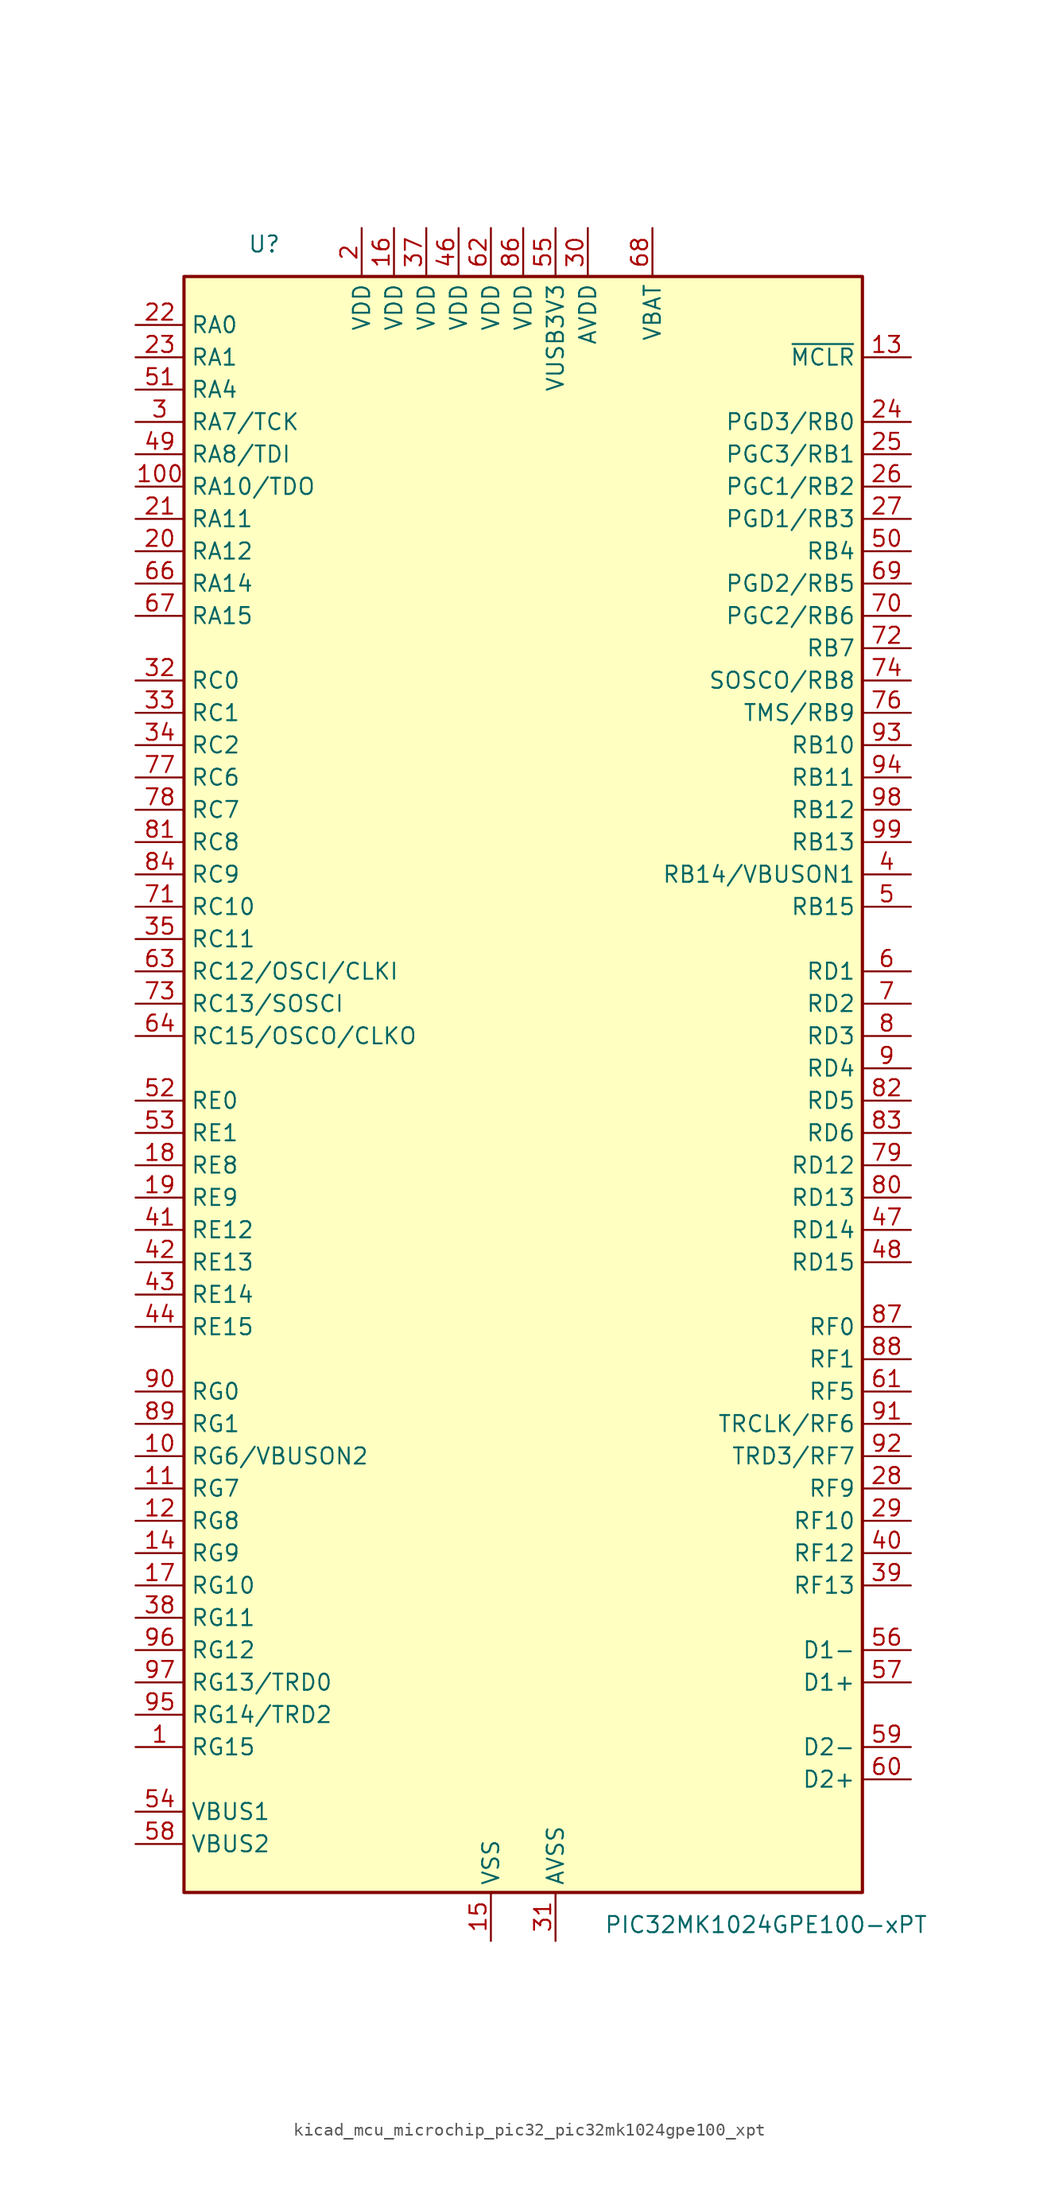
<source format=kicad_sym>
(kicad_symbol_lib
  (version 20220914)
  (generator kicad_symbol_editor)
  (symbol "kicad_mcu_microchip_pic32_pic32mk1024gpe100_xpt"
    (property "Reference" "U"
      (at -19.05 64.77 0)
      (effects (font (size 1.27 1.27)) (justify right)))
    (property "Value" "PIC32MK1024GPE100-xPT"
      (at 6.35 -67.31 0)
      (effects (font (size 1.27 1.27)) (justify left)))
    (symbol "kicad_mcu_microchip_pic32_pic32mk1024gpe100_xpt_0_1"
      (rectangle (start -26.67 62.23) (end 26.67 -64.77) (stroke (width 0.254) (type default)) (fill (type background))))
    (symbol "kicad_mcu_microchip_pic32_pic32mk1024gpe100_xpt_1_1"
      (pin bidirectional line (at -30.48 -53.34 0) (length 3.81) (name "RG15" (effects (font (size 1.27 1.27)))) (number "1" (effects (font (size 1.27 1.27)))))
      (pin bidirectional line (at -30.48 -30.48 0) (length 3.81) (name "RG6/VBUSON2" (effects (font (size 1.27 1.27)))) (number "10" (effects (font (size 1.27 1.27)))))
      (pin bidirectional line (at -30.48 45.72 0) (length 3.81) (name "RA10/TDO" (effects (font (size 1.27 1.27)))) (number "100" (effects (font (size 1.27 1.27)))))
      (pin bidirectional line (at -30.48 -33.02 0) (length 3.81) (name "RG7" (effects (font (size 1.27 1.27)))) (number "11" (effects (font (size 1.27 1.27)))))
      (pin bidirectional line (at -30.48 -35.56 0) (length 3.81) (name "RG8" (effects (font (size 1.27 1.27)))) (number "12" (effects (font (size 1.27 1.27)))))
      (pin input line (at 30.48 55.88 180) (length 3.81) (name "~{MCLR}" (effects (font (size 1.27 1.27)))) (number "13" (effects (font (size 1.27 1.27)))))
      (pin bidirectional line (at -30.48 -38.1 0) (length 3.81) (name "RG9" (effects (font (size 1.27 1.27)))) (number "14" (effects (font (size 1.27 1.27)))))
      (pin power_in line (at -2.54 -68.58 90) (length 3.81) (name "VSS" (effects (font (size 1.27 1.27)))) (number "15" (effects (font (size 1.27 1.27)))))
      (pin power_in line (at -10.16 66.04 270) (length 3.81) (name "VDD" (effects (font (size 1.27 1.27)))) (number "16" (effects (font (size 1.27 1.27)))))
      (pin bidirectional line (at -30.48 -40.64 0) (length 3.81) (name "RG10" (effects (font (size 1.27 1.27)))) (number "17" (effects (font (size 1.27 1.27)))))
      (pin bidirectional line (at -30.48 -7.62 0) (length 3.81) (name "RE8" (effects (font (size 1.27 1.27)))) (number "18" (effects (font (size 1.27 1.27)))))
      (pin bidirectional line (at -30.48 -10.16 0) (length 3.81) (name "RE9" (effects (font (size 1.27 1.27)))) (number "19" (effects (font (size 1.27 1.27)))))
      (pin power_in line (at -12.7 66.04 270) (length 3.81) (name "VDD" (effects (font (size 1.27 1.27)))) (number "2" (effects (font (size 1.27 1.27)))))
      (pin bidirectional line (at -30.48 40.64 0) (length 3.81) (name "RA12" (effects (font (size 1.27 1.27)))) (number "20" (effects (font (size 1.27 1.27)))))
      (pin bidirectional line (at -30.48 43.18 0) (length 3.81) (name "RA11" (effects (font (size 1.27 1.27)))) (number "21" (effects (font (size 1.27 1.27)))))
      (pin bidirectional line (at -30.48 58.42 0) (length 3.81) (name "RA0" (effects (font (size 1.27 1.27)))) (number "22" (effects (font (size 1.27 1.27)))))
      (pin bidirectional line (at -30.48 55.88 0) (length 3.81) (name "RA1" (effects (font (size 1.27 1.27)))) (number "23" (effects (font (size 1.27 1.27)))))
      (pin bidirectional line (at 30.48 50.8 180) (length 3.81) (name "PGD3/RB0" (effects (font (size 1.27 1.27)))) (number "24" (effects (font (size 1.27 1.27)))))
      (pin bidirectional line (at 30.48 48.26 180) (length 3.81) (name "PGC3/RB1" (effects (font (size 1.27 1.27)))) (number "25" (effects (font (size 1.27 1.27)))))
      (pin bidirectional line (at 30.48 45.72 180) (length 3.81) (name "PGC1/RB2" (effects (font (size 1.27 1.27)))) (number "26" (effects (font (size 1.27 1.27)))))
      (pin bidirectional line (at 30.48 43.18 180) (length 3.81) (name "PGD1/RB3" (effects (font (size 1.27 1.27)))) (number "27" (effects (font (size 1.27 1.27)))))
      (pin bidirectional line (at 30.48 -33.02 180) (length 3.81) (name "RF9" (effects (font (size 1.27 1.27)))) (number "28" (effects (font (size 1.27 1.27)))))
      (pin bidirectional line (at 30.48 -35.56 180) (length 3.81) (name "RF10" (effects (font (size 1.27 1.27)))) (number "29" (effects (font (size 1.27 1.27)))))
      (pin bidirectional line (at -30.48 50.8 0) (length 3.81) (name "RA7/TCK" (effects (font (size 1.27 1.27)))) (number "3" (effects (font (size 1.27 1.27)))))
      (pin power_in line (at 5.08 66.04 270) (length 3.81) (name "AVDD" (effects (font (size 1.27 1.27)))) (number "30" (effects (font (size 1.27 1.27)))))
      (pin power_in line (at 2.54 -68.58 90) (length 3.81) (name "AVSS" (effects (font (size 1.27 1.27)))) (number "31" (effects (font (size 1.27 1.27)))))
      (pin bidirectional line (at -30.48 30.48 0) (length 3.81) (name "RC0" (effects (font (size 1.27 1.27)))) (number "32" (effects (font (size 1.27 1.27)))))
      (pin bidirectional line (at -30.48 27.94 0) (length 3.81) (name "RC1" (effects (font (size 1.27 1.27)))) (number "33" (effects (font (size 1.27 1.27)))))
      (pin bidirectional line (at -30.48 25.4 0) (length 3.81) (name "RC2" (effects (font (size 1.27 1.27)))) (number "34" (effects (font (size 1.27 1.27)))))
      (pin bidirectional line (at -30.48 10.16 0) (length 3.81) (name "RC11" (effects (font (size 1.27 1.27)))) (number "35" (effects (font (size 1.27 1.27)))))
      (pin passive line (at -2.54 -68.58 90) (length 3.81) hide (name "VSS" (effects (font (size 1.27 1.27)))) (number "36" (effects (font (size 1.27 1.27)))))
      (pin power_in line (at -7.62 66.04 270) (length 3.81) (name "VDD" (effects (font (size 1.27 1.27)))) (number "37" (effects (font (size 1.27 1.27)))))
      (pin bidirectional line (at -30.48 -43.18 0) (length 3.81) (name "RG11" (effects (font (size 1.27 1.27)))) (number "38" (effects (font (size 1.27 1.27)))))
      (pin bidirectional line (at 30.48 -40.64 180) (length 3.81) (name "RF13" (effects (font (size 1.27 1.27)))) (number "39" (effects (font (size 1.27 1.27)))))
      (pin bidirectional line (at 30.48 15.24 180) (length 3.81) (name "RB14/VBUSON1" (effects (font (size 1.27 1.27)))) (number "4" (effects (font (size 1.27 1.27)))))
      (pin bidirectional line (at 30.48 -38.1 180) (length 3.81) (name "RF12" (effects (font (size 1.27 1.27)))) (number "40" (effects (font (size 1.27 1.27)))))
      (pin bidirectional line (at -30.48 -12.7 0) (length 3.81) (name "RE12" (effects (font (size 1.27 1.27)))) (number "41" (effects (font (size 1.27 1.27)))))
      (pin bidirectional line (at -30.48 -15.24 0) (length 3.81) (name "RE13" (effects (font (size 1.27 1.27)))) (number "42" (effects (font (size 1.27 1.27)))))
      (pin bidirectional line (at -30.48 -17.78 0) (length 3.81) (name "RE14" (effects (font (size 1.27 1.27)))) (number "43" (effects (font (size 1.27 1.27)))))
      (pin bidirectional line (at -30.48 -20.32 0) (length 3.81) (name "RE15" (effects (font (size 1.27 1.27)))) (number "44" (effects (font (size 1.27 1.27)))))
      (pin passive line (at -2.54 -68.58 90) (length 3.81) hide (name "VSS" (effects (font (size 1.27 1.27)))) (number "45" (effects (font (size 1.27 1.27)))))
      (pin power_in line (at -5.08 66.04 270) (length 3.81) (name "VDD" (effects (font (size 1.27 1.27)))) (number "46" (effects (font (size 1.27 1.27)))))
      (pin bidirectional line (at 30.48 -12.7 180) (length 3.81) (name "RD14" (effects (font (size 1.27 1.27)))) (number "47" (effects (font (size 1.27 1.27)))))
      (pin bidirectional line (at 30.48 -15.24 180) (length 3.81) (name "RD15" (effects (font (size 1.27 1.27)))) (number "48" (effects (font (size 1.27 1.27)))))
      (pin bidirectional line (at -30.48 48.26 0) (length 3.81) (name "RA8/TDI" (effects (font (size 1.27 1.27)))) (number "49" (effects (font (size 1.27 1.27)))))
      (pin bidirectional line (at 30.48 12.7 180) (length 3.81) (name "RB15" (effects (font (size 1.27 1.27)))) (number "5" (effects (font (size 1.27 1.27)))))
      (pin bidirectional line (at 30.48 40.64 180) (length 3.81) (name "RB4" (effects (font (size 1.27 1.27)))) (number "50" (effects (font (size 1.27 1.27)))))
      (pin bidirectional line (at -30.48 53.34 0) (length 3.81) (name "RA4" (effects (font (size 1.27 1.27)))) (number "51" (effects (font (size 1.27 1.27)))))
      (pin bidirectional line (at -30.48 -2.54 0) (length 3.81) (name "RE0" (effects (font (size 1.27 1.27)))) (number "52" (effects (font (size 1.27 1.27)))))
      (pin bidirectional line (at -30.48 -5.08 0) (length 3.81) (name "RE1" (effects (font (size 1.27 1.27)))) (number "53" (effects (font (size 1.27 1.27)))))
      (pin input line (at -30.48 -58.42 0) (length 3.81) (name "VBUS1" (effects (font (size 1.27 1.27)))) (number "54" (effects (font (size 1.27 1.27)))))
      (pin power_in line (at 2.54 66.04 270) (length 3.81) (name "VUSB3V3" (effects (font (size 1.27 1.27)))) (number "55" (effects (font (size 1.27 1.27)))))
      (pin bidirectional line (at 30.48 -45.72 180) (length 3.81) (name "D1-" (effects (font (size 1.27 1.27)))) (number "56" (effects (font (size 1.27 1.27)))))
      (pin bidirectional line (at 30.48 -48.26 180) (length 3.81) (name "D1+" (effects (font (size 1.27 1.27)))) (number "57" (effects (font (size 1.27 1.27)))))
      (pin input line (at -30.48 -60.96 0) (length 3.81) (name "VBUS2" (effects (font (size 1.27 1.27)))) (number "58" (effects (font (size 1.27 1.27)))))
      (pin bidirectional line (at 30.48 -53.34 180) (length 3.81) (name "D2-" (effects (font (size 1.27 1.27)))) (number "59" (effects (font (size 1.27 1.27)))))
      (pin bidirectional line (at 30.48 7.62 180) (length 3.81) (name "RD1" (effects (font (size 1.27 1.27)))) (number "6" (effects (font (size 1.27 1.27)))))
      (pin bidirectional line (at 30.48 -55.88 180) (length 3.81) (name "D2+" (effects (font (size 1.27 1.27)))) (number "60" (effects (font (size 1.27 1.27)))))
      (pin bidirectional line (at 30.48 -25.4 180) (length 3.81) (name "RF5" (effects (font (size 1.27 1.27)))) (number "61" (effects (font (size 1.27 1.27)))))
      (pin power_in line (at -2.54 66.04 270) (length 3.81) (name "VDD" (effects (font (size 1.27 1.27)))) (number "62" (effects (font (size 1.27 1.27)))))
      (pin bidirectional line (at -30.48 7.62 0) (length 3.81) (name "RC12/OSCI/CLKI" (effects (font (size 1.27 1.27)))) (number "63" (effects (font (size 1.27 1.27)))))
      (pin bidirectional line (at -30.48 2.54 0) (length 3.81) (name "RC15/OSCO/CLKO" (effects (font (size 1.27 1.27)))) (number "64" (effects (font (size 1.27 1.27)))))
      (pin passive line (at -2.54 -68.58 90) (length 3.81) hide (name "VSS" (effects (font (size 1.27 1.27)))) (number "65" (effects (font (size 1.27 1.27)))))
      (pin bidirectional line (at -30.48 38.1 0) (length 3.81) (name "RA14" (effects (font (size 1.27 1.27)))) (number "66" (effects (font (size 1.27 1.27)))))
      (pin bidirectional line (at -30.48 35.56 0) (length 3.81) (name "RA15" (effects (font (size 1.27 1.27)))) (number "67" (effects (font (size 1.27 1.27)))))
      (pin power_in line (at 10.16 66.04 270) (length 3.81) (name "VBAT" (effects (font (size 1.27 1.27)))) (number "68" (effects (font (size 1.27 1.27)))))
      (pin bidirectional line (at 30.48 38.1 180) (length 3.81) (name "PGD2/RB5" (effects (font (size 1.27 1.27)))) (number "69" (effects (font (size 1.27 1.27)))))
      (pin bidirectional line (at 30.48 5.08 180) (length 3.81) (name "RD2" (effects (font (size 1.27 1.27)))) (number "7" (effects (font (size 1.27 1.27)))))
      (pin bidirectional line (at 30.48 35.56 180) (length 3.81) (name "PGC2/RB6" (effects (font (size 1.27 1.27)))) (number "70" (effects (font (size 1.27 1.27)))))
      (pin bidirectional line (at -30.48 12.7 0) (length 3.81) (name "RC10" (effects (font (size 1.27 1.27)))) (number "71" (effects (font (size 1.27 1.27)))))
      (pin bidirectional line (at 30.48 33.02 180) (length 3.81) (name "RB7" (effects (font (size 1.27 1.27)))) (number "72" (effects (font (size 1.27 1.27)))))
      (pin bidirectional line (at -30.48 5.08 0) (length 3.81) (name "RC13/SOSCI" (effects (font (size 1.27 1.27)))) (number "73" (effects (font (size 1.27 1.27)))))
      (pin bidirectional line (at 30.48 30.48 180) (length 3.81) (name "SOSCO/RB8" (effects (font (size 1.27 1.27)))) (number "74" (effects (font (size 1.27 1.27)))))
      (pin passive line (at -2.54 -68.58 90) (length 3.81) hide (name "VSS" (effects (font (size 1.27 1.27)))) (number "75" (effects (font (size 1.27 1.27)))))
      (pin bidirectional line (at 30.48 27.94 180) (length 3.81) (name "TMS/RB9" (effects (font (size 1.27 1.27)))) (number "76" (effects (font (size 1.27 1.27)))))
      (pin bidirectional line (at -30.48 22.86 0) (length 3.81) (name "RC6" (effects (font (size 1.27 1.27)))) (number "77" (effects (font (size 1.27 1.27)))))
      (pin bidirectional line (at -30.48 20.32 0) (length 3.81) (name "RC7" (effects (font (size 1.27 1.27)))) (number "78" (effects (font (size 1.27 1.27)))))
      (pin bidirectional line (at 30.48 -7.62 180) (length 3.81) (name "RD12" (effects (font (size 1.27 1.27)))) (number "79" (effects (font (size 1.27 1.27)))))
      (pin bidirectional line (at 30.48 2.54 180) (length 3.81) (name "RD3" (effects (font (size 1.27 1.27)))) (number "8" (effects (font (size 1.27 1.27)))))
      (pin bidirectional line (at 30.48 -10.16 180) (length 3.81) (name "RD13" (effects (font (size 1.27 1.27)))) (number "80" (effects (font (size 1.27 1.27)))))
      (pin bidirectional line (at -30.48 17.78 0) (length 3.81) (name "RC8" (effects (font (size 1.27 1.27)))) (number "81" (effects (font (size 1.27 1.27)))))
      (pin bidirectional line (at 30.48 -2.54 180) (length 3.81) (name "RD5" (effects (font (size 1.27 1.27)))) (number "82" (effects (font (size 1.27 1.27)))))
      (pin bidirectional line (at 30.48 -5.08 180) (length 3.81) (name "RD6" (effects (font (size 1.27 1.27)))) (number "83" (effects (font (size 1.27 1.27)))))
      (pin bidirectional line (at -30.48 15.24 0) (length 3.81) (name "RC9" (effects (font (size 1.27 1.27)))) (number "84" (effects (font (size 1.27 1.27)))))
      (pin passive line (at -2.54 -68.58 90) (length 3.81) hide (name "VSS" (effects (font (size 1.27 1.27)))) (number "85" (effects (font (size 1.27 1.27)))))
      (pin power_in line (at 0 66.04 270) (length 3.81) (name "VDD" (effects (font (size 1.27 1.27)))) (number "86" (effects (font (size 1.27 1.27)))))
      (pin bidirectional line (at 30.48 -20.32 180) (length 3.81) (name "RF0" (effects (font (size 1.27 1.27)))) (number "87" (effects (font (size 1.27 1.27)))))
      (pin bidirectional line (at 30.48 -22.86 180) (length 3.81) (name "RF1" (effects (font (size 1.27 1.27)))) (number "88" (effects (font (size 1.27 1.27)))))
      (pin bidirectional line (at -30.48 -27.94 0) (length 3.81) (name "RG1" (effects (font (size 1.27 1.27)))) (number "89" (effects (font (size 1.27 1.27)))))
      (pin bidirectional line (at 30.48 0 180) (length 3.81) (name "RD4" (effects (font (size 1.27 1.27)))) (number "9" (effects (font (size 1.27 1.27)))))
      (pin bidirectional line (at -30.48 -25.4 0) (length 3.81) (name "RG0" (effects (font (size 1.27 1.27)))) (number "90" (effects (font (size 1.27 1.27)))))
      (pin bidirectional line (at 30.48 -27.94 180) (length 3.81) (name "TRCLK/RF6" (effects (font (size 1.27 1.27)))) (number "91" (effects (font (size 1.27 1.27)))))
      (pin bidirectional line (at 30.48 -30.48 180) (length 3.81) (name "TRD3/RF7" (effects (font (size 1.27 1.27)))) (number "92" (effects (font (size 1.27 1.27)))))
      (pin bidirectional line (at 30.48 25.4 180) (length 3.81) (name "RB10" (effects (font (size 1.27 1.27)))) (number "93" (effects (font (size 1.27 1.27)))))
      (pin bidirectional line (at 30.48 22.86 180) (length 3.81) (name "RB11" (effects (font (size 1.27 1.27)))) (number "94" (effects (font (size 1.27 1.27)))))
      (pin bidirectional line (at -30.48 -50.8 0) (length 3.81) (name "RG14/TRD2" (effects (font (size 1.27 1.27)))) (number "95" (effects (font (size 1.27 1.27)))))
      (pin bidirectional line (at -30.48 -45.72 0) (length 3.81) (name "RG12" (effects (font (size 1.27 1.27)))) (number "96" (effects (font (size 1.27 1.27)))))
      (pin bidirectional line (at -30.48 -48.26 0) (length 3.81) (name "RG13/TRD0" (effects (font (size 1.27 1.27)))) (number "97" (effects (font (size 1.27 1.27)))))
      (pin bidirectional line (at 30.48 20.32 180) (length 3.81) (name "RB12" (effects (font (size 1.27 1.27)))) (number "98" (effects (font (size 1.27 1.27)))))
      (pin bidirectional line (at 30.48 17.78 180) (length 3.81) (name "RB13" (effects (font (size 1.27 1.27)))) (number "99" (effects (font (size 1.27 1.27))))))))
</source>
